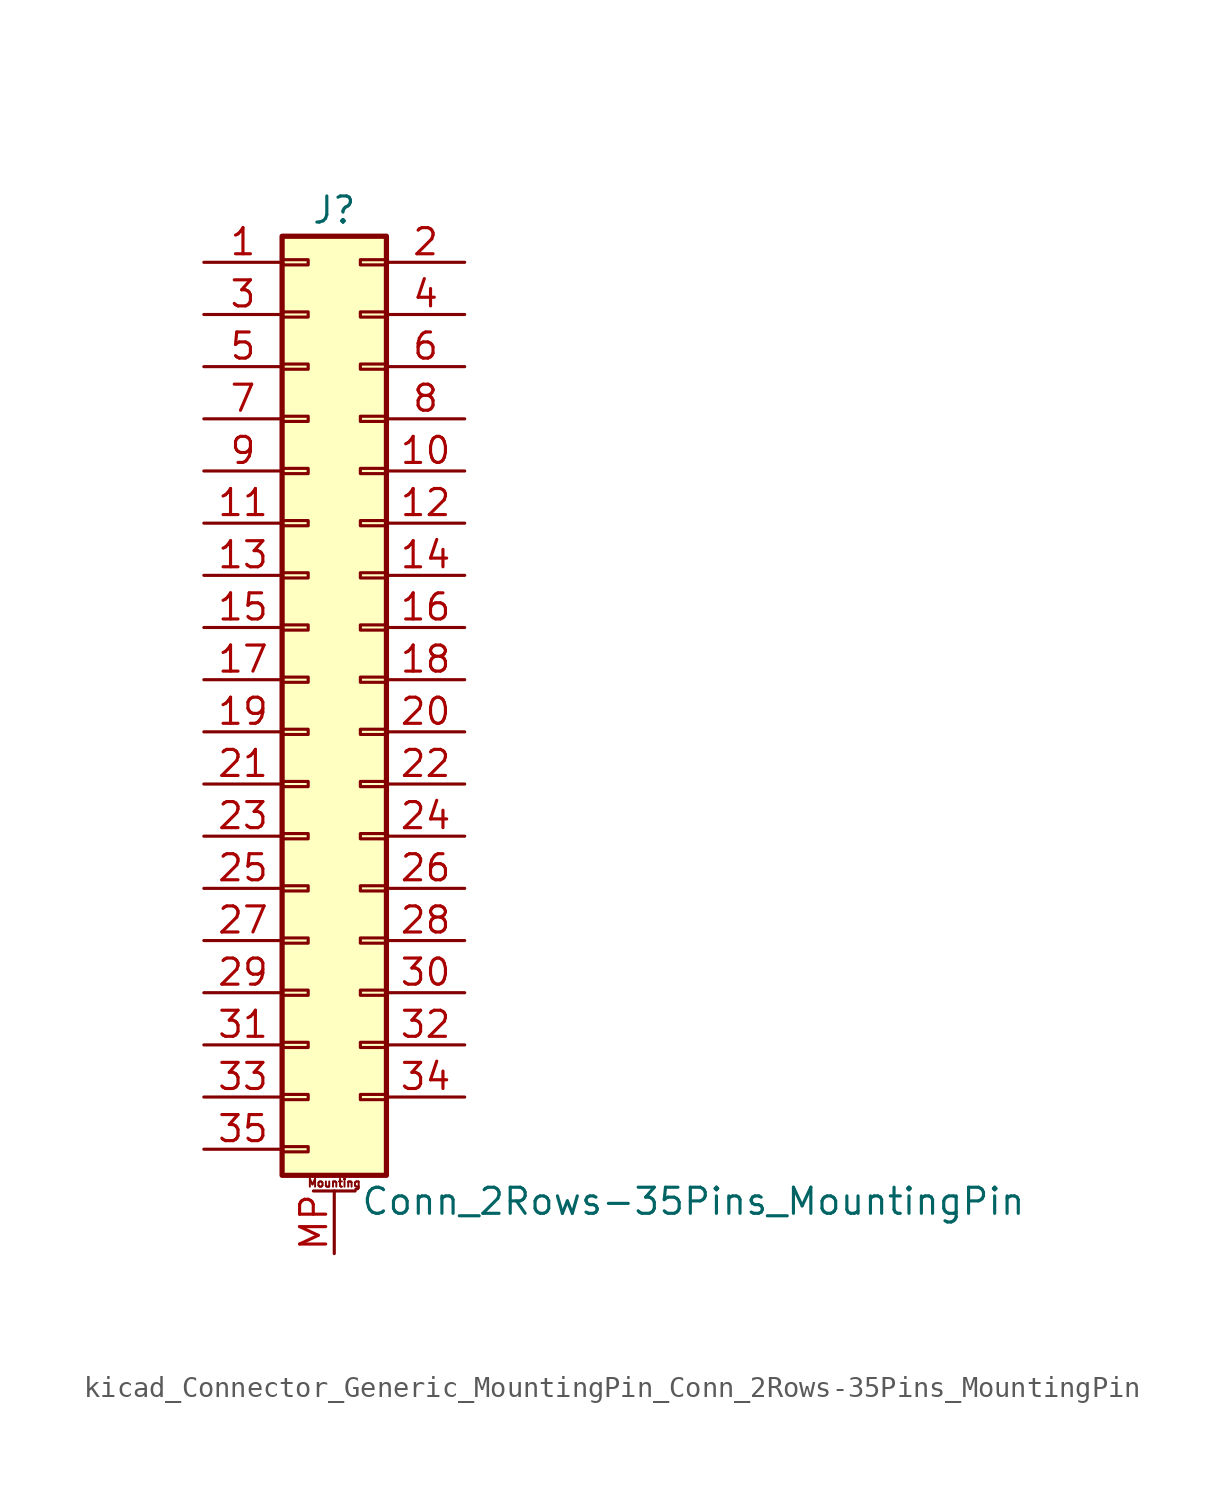
<source format=kicad_sym>
(kicad_symbol_lib
  (version 20220914)
  (generator kicad_symbol_editor)
  (symbol "kicad_Connector_Generic_MountingPin_Conn_2Rows-35Pins_MountingPin"
    (pin_names
      (offset 1.016) hide)
    (property "Reference" "J"
      (at 1.27 22.86 0)
      (effects (font (size 1.27 1.27))))
    (property "Value" "Conn_2Rows-35Pins_MountingPin"
      (at 2.54 -25.4 0)
      (effects (font (size 1.27 1.27)) (justify left)))
    (symbol "kicad_Connector_Generic_MountingPin_Conn_2Rows-35Pins_MountingPin_1_1"
      (rectangle (start -1.27 -22.733) (end 0 -22.987) (stroke (width 0.152) (type default)) (fill (type none)))
      (rectangle (start -1.27 -20.193) (end 0 -20.447) (stroke (width 0.152) (type default)) (fill (type none)))
      (rectangle (start -1.27 -17.653) (end 0 -17.907) (stroke (width 0.152) (type default)) (fill (type none)))
      (rectangle (start -1.27 -15.113) (end 0 -15.367) (stroke (width 0.152) (type default)) (fill (type none)))
      (rectangle (start -1.27 -12.573) (end 0 -12.827) (stroke (width 0.152) (type default)) (fill (type none)))
      (rectangle (start -1.27 -10.033) (end 0 -10.287) (stroke (width 0.152) (type default)) (fill (type none)))
      (rectangle (start -1.27 -7.493) (end 0 -7.747) (stroke (width 0.152) (type default)) (fill (type none)))
      (rectangle (start -1.27 -4.953) (end 0 -5.207) (stroke (width 0.152) (type default)) (fill (type none)))
      (rectangle (start -1.27 -2.413) (end 0 -2.667) (stroke (width 0.152) (type default)) (fill (type none)))
      (rectangle (start -1.27 0.127) (end 0 -0.127) (stroke (width 0.152) (type default)) (fill (type none)))
      (rectangle (start -1.27 2.667) (end 0 2.413) (stroke (width 0.152) (type default)) (fill (type none)))
      (rectangle (start -1.27 5.207) (end 0 4.953) (stroke (width 0.152) (type default)) (fill (type none)))
      (rectangle (start -1.27 7.747) (end 0 7.493) (stroke (width 0.152) (type default)) (fill (type none)))
      (rectangle (start -1.27 10.287) (end 0 10.033) (stroke (width 0.152) (type default)) (fill (type none)))
      (rectangle (start -1.27 12.827) (end 0 12.573) (stroke (width 0.152) (type default)) (fill (type none)))
      (rectangle (start -1.27 15.367) (end 0 15.113) (stroke (width 0.152) (type default)) (fill (type none)))
      (rectangle (start -1.27 17.907) (end 0 17.653) (stroke (width 0.152) (type default)) (fill (type none)))
      (rectangle (start -1.27 20.447) (end 0 20.193) (stroke (width 0.152) (type default)) (fill (type none)))
      (rectangle (start -1.27 21.59) (end 3.81 -24.13) (stroke (width 0.254) (type default)) (fill (type background)))
      (polyline (pts (xy 0.254 -24.892) (xy 2.286 -24.892)) (stroke (width 0.152) (type default)) (fill (type none)))
      (rectangle (start 3.81 -20.193) (end 2.54 -20.447) (stroke (width 0.152) (type default)) (fill (type none)))
      (rectangle (start 3.81 -17.653) (end 2.54 -17.907) (stroke (width 0.152) (type default)) (fill (type none)))
      (rectangle (start 3.81 -15.113) (end 2.54 -15.367) (stroke (width 0.152) (type default)) (fill (type none)))
      (rectangle (start 3.81 -12.573) (end 2.54 -12.827) (stroke (width 0.152) (type default)) (fill (type none)))
      (rectangle (start 3.81 -10.033) (end 2.54 -10.287) (stroke (width 0.152) (type default)) (fill (type none)))
      (rectangle (start 3.81 -7.493) (end 2.54 -7.747) (stroke (width 0.152) (type default)) (fill (type none)))
      (rectangle (start 3.81 -4.953) (end 2.54 -5.207) (stroke (width 0.152) (type default)) (fill (type none)))
      (rectangle (start 3.81 -2.413) (end 2.54 -2.667) (stroke (width 0.152) (type default)) (fill (type none)))
      (rectangle (start 3.81 0.127) (end 2.54 -0.127) (stroke (width 0.152) (type default)) (fill (type none)))
      (rectangle (start 3.81 2.667) (end 2.54 2.413) (stroke (width 0.152) (type default)) (fill (type none)))
      (rectangle (start 3.81 5.207) (end 2.54 4.953) (stroke (width 0.152) (type default)) (fill (type none)))
      (rectangle (start 3.81 7.747) (end 2.54 7.493) (stroke (width 0.152) (type default)) (fill (type none)))
      (rectangle (start 3.81 10.287) (end 2.54 10.033) (stroke (width 0.152) (type default)) (fill (type none)))
      (rectangle (start 3.81 12.827) (end 2.54 12.573) (stroke (width 0.152) (type default)) (fill (type none)))
      (rectangle (start 3.81 15.367) (end 2.54 15.113) (stroke (width 0.152) (type default)) (fill (type none)))
      (rectangle (start 3.81 17.907) (end 2.54 17.653) (stroke (width 0.152) (type default)) (fill (type none)))
      (rectangle (start 3.81 20.447) (end 2.54 20.193) (stroke (width 0.152) (type default)) (fill (type none)))
      (text "Mounting" (at 1.27 -24.511 0) (effects (font (size 0.381 0.381))))
      (pin passive line (at -5.08 20.32 0) (length 3.81) (name "Pin_1" (effects (font (size 1.27 1.27)))) (number "1" (effects (font (size 1.27 1.27)))))
      (pin passive line (at 7.62 10.16 180) (length 3.81) (name "Pin_10" (effects (font (size 1.27 1.27)))) (number "10" (effects (font (size 1.27 1.27)))))
      (pin passive line (at -5.08 7.62 0) (length 3.81) (name "Pin_11" (effects (font (size 1.27 1.27)))) (number "11" (effects (font (size 1.27 1.27)))))
      (pin passive line (at 7.62 7.62 180) (length 3.81) (name "Pin_12" (effects (font (size 1.27 1.27)))) (number "12" (effects (font (size 1.27 1.27)))))
      (pin passive line (at -5.08 5.08 0) (length 3.81) (name "Pin_13" (effects (font (size 1.27 1.27)))) (number "13" (effects (font (size 1.27 1.27)))))
      (pin passive line (at 7.62 5.08 180) (length 3.81) (name "Pin_14" (effects (font (size 1.27 1.27)))) (number "14" (effects (font (size 1.27 1.27)))))
      (pin passive line (at -5.08 2.54 0) (length 3.81) (name "Pin_15" (effects (font (size 1.27 1.27)))) (number "15" (effects (font (size 1.27 1.27)))))
      (pin passive line (at 7.62 2.54 180) (length 3.81) (name "Pin_16" (effects (font (size 1.27 1.27)))) (number "16" (effects (font (size 1.27 1.27)))))
      (pin passive line (at -5.08 0 0) (length 3.81) (name "Pin_17" (effects (font (size 1.27 1.27)))) (number "17" (effects (font (size 1.27 1.27)))))
      (pin passive line (at 7.62 0 180) (length 3.81) (name "Pin_18" (effects (font (size 1.27 1.27)))) (number "18" (effects (font (size 1.27 1.27)))))
      (pin passive line (at -5.08 -2.54 0) (length 3.81) (name "Pin_19" (effects (font (size 1.27 1.27)))) (number "19" (effects (font (size 1.27 1.27)))))
      (pin passive line (at 7.62 20.32 180) (length 3.81) (name "Pin_2" (effects (font (size 1.27 1.27)))) (number "2" (effects (font (size 1.27 1.27)))))
      (pin passive line (at 7.62 -2.54 180) (length 3.81) (name "Pin_20" (effects (font (size 1.27 1.27)))) (number "20" (effects (font (size 1.27 1.27)))))
      (pin passive line (at -5.08 -5.08 0) (length 3.81) (name "Pin_21" (effects (font (size 1.27 1.27)))) (number "21" (effects (font (size 1.27 1.27)))))
      (pin passive line (at 7.62 -5.08 180) (length 3.81) (name "Pin_22" (effects (font (size 1.27 1.27)))) (number "22" (effects (font (size 1.27 1.27)))))
      (pin passive line (at -5.08 -7.62 0) (length 3.81) (name "Pin_23" (effects (font (size 1.27 1.27)))) (number "23" (effects (font (size 1.27 1.27)))))
      (pin passive line (at 7.62 -7.62 180) (length 3.81) (name "Pin_24" (effects (font (size 1.27 1.27)))) (number "24" (effects (font (size 1.27 1.27)))))
      (pin passive line (at -5.08 -10.16 0) (length 3.81) (name "Pin_25" (effects (font (size 1.27 1.27)))) (number "25" (effects (font (size 1.27 1.27)))))
      (pin passive line (at 7.62 -10.16 180) (length 3.81) (name "Pin_26" (effects (font (size 1.27 1.27)))) (number "26" (effects (font (size 1.27 1.27)))))
      (pin passive line (at -5.08 -12.7 0) (length 3.81) (name "Pin_27" (effects (font (size 1.27 1.27)))) (number "27" (effects (font (size 1.27 1.27)))))
      (pin passive line (at 7.62 -12.7 180) (length 3.81) (name "Pin_28" (effects (font (size 1.27 1.27)))) (number "28" (effects (font (size 1.27 1.27)))))
      (pin passive line (at -5.08 -15.24 0) (length 3.81) (name "Pin_29" (effects (font (size 1.27 1.27)))) (number "29" (effects (font (size 1.27 1.27)))))
      (pin passive line (at -5.08 17.78 0) (length 3.81) (name "Pin_3" (effects (font (size 1.27 1.27)))) (number "3" (effects (font (size 1.27 1.27)))))
      (pin passive line (at 7.62 -15.24 180) (length 3.81) (name "Pin_30" (effects (font (size 1.27 1.27)))) (number "30" (effects (font (size 1.27 1.27)))))
      (pin passive line (at -5.08 -17.78 0) (length 3.81) (name "Pin_31" (effects (font (size 1.27 1.27)))) (number "31" (effects (font (size 1.27 1.27)))))
      (pin passive line (at 7.62 -17.78 180) (length 3.81) (name "Pin_32" (effects (font (size 1.27 1.27)))) (number "32" (effects (font (size 1.27 1.27)))))
      (pin passive line (at -5.08 -20.32 0) (length 3.81) (name "Pin_33" (effects (font (size 1.27 1.27)))) (number "33" (effects (font (size 1.27 1.27)))))
      (pin passive line (at 7.62 -20.32 180) (length 3.81) (name "Pin_34" (effects (font (size 1.27 1.27)))) (number "34" (effects (font (size 1.27 1.27)))))
      (pin passive line (at -5.08 -22.86 0) (length 3.81) (name "Pin_35" (effects (font (size 1.27 1.27)))) (number "35" (effects (font (size 1.27 1.27)))))
      (pin passive line (at 7.62 17.78 180) (length 3.81) (name "Pin_4" (effects (font (size 1.27 1.27)))) (number "4" (effects (font (size 1.27 1.27)))))
      (pin passive line (at -5.08 15.24 0) (length 3.81) (name "Pin_5" (effects (font (size 1.27 1.27)))) (number "5" (effects (font (size 1.27 1.27)))))
      (pin passive line (at 7.62 15.24 180) (length 3.81) (name "Pin_6" (effects (font (size 1.27 1.27)))) (number "6" (effects (font (size 1.27 1.27)))))
      (pin passive line (at -5.08 12.7 0) (length 3.81) (name "Pin_7" (effects (font (size 1.27 1.27)))) (number "7" (effects (font (size 1.27 1.27)))))
      (pin passive line (at 7.62 12.7 180) (length 3.81) (name "Pin_8" (effects (font (size 1.27 1.27)))) (number "8" (effects (font (size 1.27 1.27)))))
      (pin passive line (at -5.08 10.16 0) (length 3.81) (name "Pin_9" (effects (font (size 1.27 1.27)))) (number "9" (effects (font (size 1.27 1.27)))))
      (pin passive line (at 1.27 -27.94 90) (length 3.048) (name "MountPin" (effects (font (size 1.27 1.27)))) (number "MP" (effects (font (size 1.27 1.27))))))))
</source>
